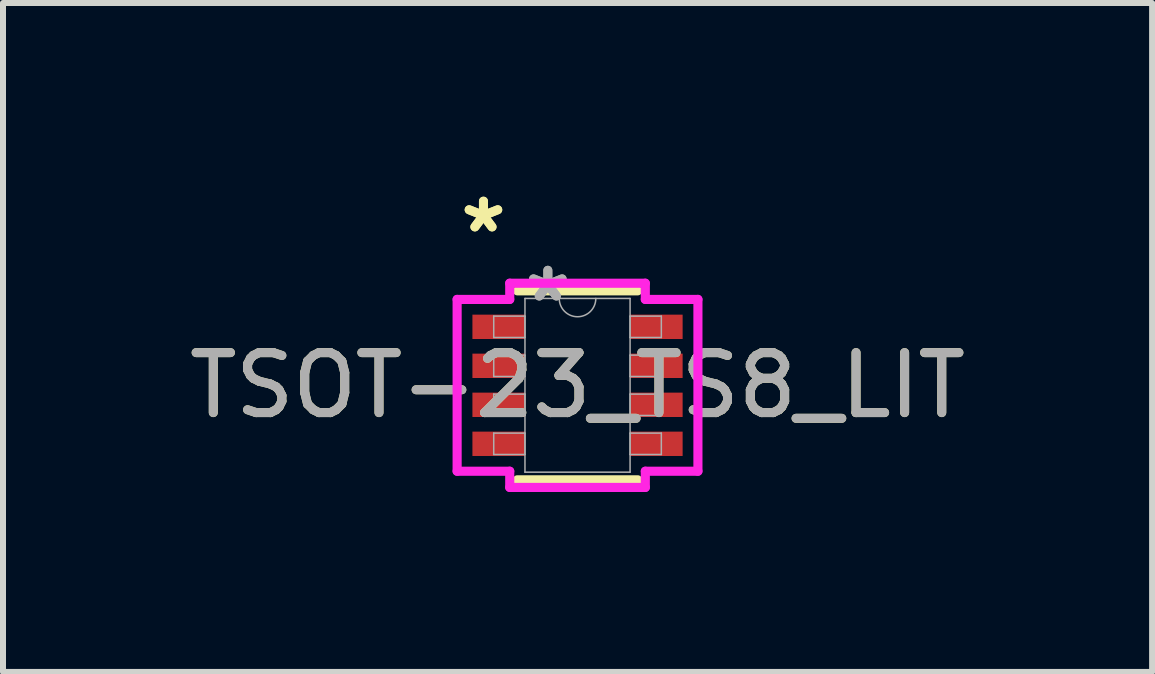
<source format=kicad_pcb>
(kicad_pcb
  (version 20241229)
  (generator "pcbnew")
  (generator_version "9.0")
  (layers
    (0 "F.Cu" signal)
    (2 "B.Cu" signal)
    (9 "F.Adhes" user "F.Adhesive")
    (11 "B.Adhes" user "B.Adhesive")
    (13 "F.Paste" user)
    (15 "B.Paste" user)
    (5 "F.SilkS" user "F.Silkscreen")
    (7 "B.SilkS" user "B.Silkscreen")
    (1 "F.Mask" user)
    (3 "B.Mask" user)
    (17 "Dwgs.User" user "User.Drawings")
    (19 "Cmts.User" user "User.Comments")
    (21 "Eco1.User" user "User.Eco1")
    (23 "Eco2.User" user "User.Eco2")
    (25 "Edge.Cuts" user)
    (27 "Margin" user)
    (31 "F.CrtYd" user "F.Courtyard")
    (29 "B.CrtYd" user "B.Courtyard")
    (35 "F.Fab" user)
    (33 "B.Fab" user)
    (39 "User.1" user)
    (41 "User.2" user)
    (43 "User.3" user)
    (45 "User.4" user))
  (footprint "TSOT-23_TS8_LIT"
    (layer "F.Cu")
    (at 6.577 3.373)
    (property "Reference" "TSOT-23_TS8_LIT" (at 0 0 0) (unlocked yes) (layer "F.SilkS") (effects (font (size 1 1) (thickness 0.15))))
    (attr smd)
    (fp_line (start -1.003 1.575) (end 1.003 1.575) (stroke (width 0.152) (type solid)) (layer "F.SilkS"))
    (fp_line (start 1.003 -1.575) (end -1.003 -1.575) (stroke (width 0.152) (type solid)) (layer "F.SilkS"))
    (fp_line (start -2.007 -1.432) (end -1.13 -1.432) (stroke (width 0.152) (type solid)) (layer "F.CrtYd"))
    (fp_line (start -2.007 1.432) (end -2.007 -1.432) (stroke (width 0.152) (type solid)) (layer "F.CrtYd"))
    (fp_line (start -2.007 1.432) (end -1.13 1.432) (stroke (width 0.152) (type solid)) (layer "F.CrtYd"))
    (fp_line (start -1.13 -1.702) (end 1.13 -1.702) (stroke (width 0.152) (type solid)) (layer "F.CrtYd"))
    (fp_line (start -1.13 -1.432) (end -1.13 -1.702) (stroke (width 0.152) (type solid)) (layer "F.CrtYd"))
    (fp_line (start -1.13 1.702) (end -1.13 1.432) (stroke (width 0.152) (type solid)) (layer "F.CrtYd"))
    (fp_line (start 1.13 -1.702) (end 1.13 -1.432) (stroke (width 0.152) (type solid)) (layer "F.CrtYd"))
    (fp_line (start 1.13 1.432) (end 1.13 1.702) (stroke (width 0.152) (type solid)) (layer "F.CrtYd"))
    (fp_line (start 1.13 1.702) (end -1.13 1.702) (stroke (width 0.152) (type solid)) (layer "F.CrtYd"))
    (fp_line (start 2.007 -1.432) (end 1.13 -1.432) (stroke (width 0.152) (type solid)) (layer "F.CrtYd"))
    (fp_line (start 2.007 -1.432) (end 2.007 1.432) (stroke (width 0.152) (type solid)) (layer "F.CrtYd"))
    (fp_line (start 2.007 1.432) (end 1.13 1.432) (stroke (width 0.152) (type solid)) (layer "F.CrtYd"))
    (fp_line (start -1.397 -1.153) (end -1.397 -0.797) (stroke (width 0.025) (type solid)) (layer "F.Fab"))
    (fp_line (start -1.397 -0.797) (end -0.876 -0.797) (stroke (width 0.025) (type solid)) (layer "F.Fab"))
    (fp_line (start -1.397 -0.503) (end -1.397 -0.147) (stroke (width 0.025) (type solid)) (layer "F.Fab"))
    (fp_line (start -1.397 -0.147) (end -0.876 -0.147) (stroke (width 0.025) (type solid)) (layer "F.Fab"))
    (fp_line (start -1.397 0.147) (end -1.397 0.503) (stroke (width 0.025) (type solid)) (layer "F.Fab"))
    (fp_line (start -1.397 0.503) (end -0.876 0.503) (stroke (width 0.025) (type solid)) (layer "F.Fab"))
    (fp_line (start -1.397 0.797) (end -1.397 1.153) (stroke (width 0.025) (type solid)) (layer "F.Fab"))
    (fp_line (start -1.397 1.153) (end -0.876 1.153) (stroke (width 0.025) (type solid)) (layer "F.Fab"))
    (fp_line (start -0.876 -1.448) (end -0.876 1.448) (stroke (width 0.025) (type solid)) (layer "F.Fab"))
    (fp_line (start -0.876 -1.153) (end -1.397 -1.153) (stroke (width 0.025) (type solid)) (layer "F.Fab"))
    (fp_line (start -0.876 -0.797) (end -0.876 -1.153) (stroke (width 0.025) (type solid)) (layer "F.Fab"))
    (fp_line (start -0.876 -0.503) (end -1.397 -0.503) (stroke (width 0.025) (type solid)) (layer "F.Fab"))
    (fp_line (start -0.876 -0.147) (end -0.876 -0.503) (stroke (width 0.025) (type solid)) (layer "F.Fab"))
    (fp_line (start -0.876 0.147) (end -1.397 0.147) (stroke (width 0.025) (type solid)) (layer "F.Fab"))
    (fp_line (start -0.876 0.503) (end -0.876 0.147) (stroke (width 0.025) (type solid)) (layer "F.Fab"))
    (fp_line (start -0.876 0.797) (end -1.397 0.797) (stroke (width 0.025) (type solid)) (layer "F.Fab"))
    (fp_line (start -0.876 1.153) (end -0.876 0.797) (stroke (width 0.025) (type solid)) (layer "F.Fab"))
    (fp_line (start -0.876 1.448) (end 0.876 1.448) (stroke (width 0.025) (type solid)) (layer "F.Fab"))
    (fp_line (start 0.876 -1.448) (end -0.876 -1.448) (stroke (width 0.025) (type solid)) (layer "F.Fab"))
    (fp_line (start 0.876 -1.153) (end 0.876 -0.797) (stroke (width 0.025) (type solid)) (layer "F.Fab"))
    (fp_line (start 0.876 -0.797) (end 1.397 -0.797) (stroke (width 0.025) (type solid)) (layer "F.Fab"))
    (fp_line (start 0.876 -0.503) (end 0.876 -0.147) (stroke (width 0.025) (type solid)) (layer "F.Fab"))
    (fp_line (start 0.876 -0.147) (end 1.397 -0.147) (stroke (width 0.025) (type solid)) (layer "F.Fab"))
    (fp_line (start 0.876 0.147) (end 0.876 0.503) (stroke (width 0.025) (type solid)) (layer "F.Fab"))
    (fp_line (start 0.876 0.503) (end 1.397 0.503) (stroke (width 0.025) (type solid)) (layer "F.Fab"))
    (fp_line (start 0.876 0.797) (end 0.876 1.153) (stroke (width 0.025) (type solid)) (layer "F.Fab"))
    (fp_line (start 0.876 1.153) (end 1.397 1.153) (stroke (width 0.025) (type solid)) (layer "F.Fab"))
    (fp_line (start 0.876 1.448) (end 0.876 -1.448) (stroke (width 0.025) (type solid)) (layer "F.Fab"))
    (fp_line (start 1.397 -1.153) (end 0.876 -1.153) (stroke (width 0.025) (type solid)) (layer "F.Fab"))
    (fp_line (start 1.397 -0.797) (end 1.397 -1.153) (stroke (width 0.025) (type solid)) (layer "F.Fab"))
    (fp_line (start 1.397 -0.503) (end 0.876 -0.503) (stroke (width 0.025) (type solid)) (layer "F.Fab"))
    (fp_line (start 1.397 -0.147) (end 1.397 -0.503) (stroke (width 0.025) (type solid)) (layer "F.Fab"))
    (fp_line (start 1.397 0.147) (end 0.876 0.147) (stroke (width 0.025) (type solid)) (layer "F.Fab"))
    (fp_line (start 1.397 0.503) (end 1.397 0.147) (stroke (width 0.025) (type solid)) (layer "F.Fab"))
    (fp_line (start 1.397 0.797) (end 0.876 0.797) (stroke (width 0.025) (type solid)) (layer "F.Fab"))
    (fp_line (start 1.397 1.153) (end 1.397 0.797) (stroke (width 0.025) (type solid)) (layer "F.Fab"))
    (fp_arc (start 0.3048 -1.4478) (mid 0 -1.143) (end -0.3048 -1.4478) (stroke (width 0.0254) (type solid)) (layer "F.Fab"))
    (fp_text user "*" (at -1.568 -2.524 0) (unlocked yes) (layer "F.SilkS") (effects (font (size 1 1) (thickness 0.15))))
    (fp_text user "*" (at -1.568 -2.524 0) (layer "F.SilkS") (effects (font (size 1 1) (thickness 0.15))))
    (fp_text user "*" (at -0.495 -1.372 0) (layer "F.Fab") (effects (font (size 1 1) (thickness 0.15))))
    (fp_text user "${REFERENCE}" (at 0 0 0) (unlocked yes) (layer "F.Fab") (effects (font (size 1 1) (thickness 0.15))))
    (fp_text user "*" (at -0.495 -1.372 0) (unlocked yes) (layer "F.Fab") (effects (font (size 1 1) (thickness 0.15))))
    (pad "1" smd rect (at -1.314 -0.975) (size 0.876 0.406) (layers "F.Cu" "F.Mask" "F.Paste"))
    (pad "2" smd rect (at -1.314 -0.325) (size 0.876 0.406) (layers "F.Cu" "F.Mask" "F.Paste"))
    (pad "3" smd rect (at -1.314 0.325) (size 0.876 0.406) (layers "F.Cu" "F.Mask" "F.Paste"))
    (pad "4" smd rect (at -1.314 0.975) (size 0.876 0.406) (layers "F.Cu" "F.Mask" "F.Paste"))
    (pad "5" smd rect (at 1.314 0.975) (size 0.876 0.406) (layers "F.Cu" "F.Mask" "F.Paste"))
    (pad "6" smd rect (at 1.314 0.325) (size 0.876 0.406) (layers "F.Cu" "F.Mask" "F.Paste"))
    (pad "7" smd rect (at 1.314 -0.325) (size 0.876 0.406) (layers "F.Cu" "F.Mask" "F.Paste"))
    (pad "8" smd rect (at 1.314 -0.975) (size 0.876 0.406) (layers "F.Cu" "F.Mask" "F.Paste")))
  (gr_rect
    (start -3 -3)
    (end 16.155 8.151)
    (stroke (width 0.1) (type default))
    (fill no)
    (layer "Edge.Cuts")))
</source>
